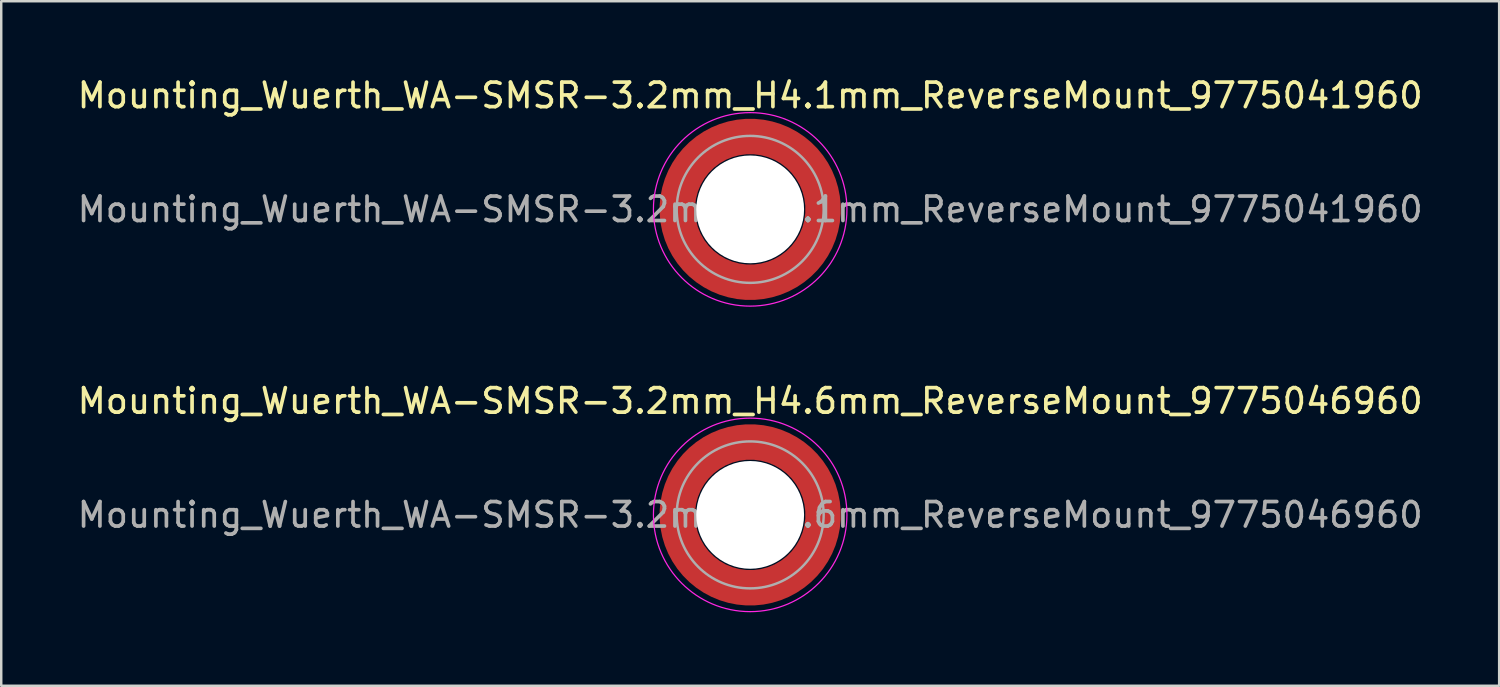
<source format=kicad_pcb>
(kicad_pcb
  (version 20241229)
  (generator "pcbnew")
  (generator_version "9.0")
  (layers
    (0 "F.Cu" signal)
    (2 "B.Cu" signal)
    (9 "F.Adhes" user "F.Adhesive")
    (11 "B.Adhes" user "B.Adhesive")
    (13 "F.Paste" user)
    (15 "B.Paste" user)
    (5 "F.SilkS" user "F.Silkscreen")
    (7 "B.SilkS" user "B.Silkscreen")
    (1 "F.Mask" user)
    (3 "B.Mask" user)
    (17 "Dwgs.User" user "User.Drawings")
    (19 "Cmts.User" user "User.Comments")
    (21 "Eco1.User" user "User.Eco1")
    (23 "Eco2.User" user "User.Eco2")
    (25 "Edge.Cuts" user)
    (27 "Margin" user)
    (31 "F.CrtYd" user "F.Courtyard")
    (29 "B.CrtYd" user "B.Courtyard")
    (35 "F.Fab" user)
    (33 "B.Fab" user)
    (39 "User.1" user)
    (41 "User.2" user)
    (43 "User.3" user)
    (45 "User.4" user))
  (footprint "Mounting_Wuerth_WA-SMSR-3.2mm_H4.1mm_ReverseMount_9775041960"
    (layer "F.Cu")
    (at 27.577 5.498)
    (property "Reference" "Mounting_Wuerth_WA-SMSR-3.2mm_H4.1mm_ReverseMount_9775041960" (at 0 -4.65 0) (layer "F.SilkS") (effects (font (size 1 1) (thickness 0.15))))
    (attr smd)
    (fp_circle (center 0 0) (end 3.95 0) (stroke (width 0.05) (type solid)) (fill no) (layer "F.CrtYd"))
    (fp_circle (center 0 0) (end 3 0) (stroke (width 0.1) (type solid)) (fill no) (layer "F.Fab"))
    (fp_text user "${REFERENCE}" (at 0 0 0) (layer "F.Fab") (effects (font (size 1 1) (thickness 0.15))))
    (pad "" smd custom (at -2.095 -2.095) (size 0.945 0.945) (layers "F.Paste") (options (anchor circle)) (primitives (gr_arc (start -0.24231 1.594804) (mid 0.404104 0.405534) (end 1.592827 -0.241886) (width 0.2)) (gr_arc (start -0.3398 1.594804) (mid 0.335987 0.338711) (end 1.591031 -0.339022) (width 0.2)) (gr_arc (start -0.437132 1.594804) (mid 0.268952 0.270807) (end 1.592231 -0.436623) (width 0.2)) (gr_arc (start -0.534324 1.594804) (mid 0.201345 0.203474) (end 1.591846 -0.53376) (width 0.2)) (gr_arc (start -0.631391 1.594804) (mid 0.134696 0.135183) (end 1.594126 -0.631267) (width 0.2)) (gr_arc (start -0.728345 1.594804) (mid 0.067234 0.067705) (end 1.594149 -0.728229) (width 0.2)) (gr_arc (start -0.825197 1.594804) (mid -0.001218 0.001219) (end 1.591408 -0.824614) (width 0.2)) (gr_arc (start -0.921958 1.594804) (mid -0.068952 -0.065985) (end 1.590665 -0.921269) (width 0.2)) (gr_arc (start -1.018637 1.594804) (mid -0.135972 -0.133907) (end 1.59192 -1.018172) (width 0.2)) (gr_arc (start -1.115239 1.594804) (mid -0.20428 -0.200537) (end 1.589574 -1.11442) (width 0.2)) (gr_arc (start -1.211773 1.594804) (mid -0.26993 -0.269828) (end 1.594662 -1.211751) (width 0.2)) (gr_arc (start -1.308244 1.594804) (mid -0.33911 -0.335587) (end 1.589875 -1.307516) (width 0.2)) (gr_arc (start -1.404657 1.594804) (mid -0.405633 -0.404004) (end 1.592524 -1.404331) (width 0.2)) (gr_arc (start -1.404657 1.594804) (mid -0.405633 -0.404004) (end 1.592524 -1.404331) (width 0.2)) (gr_line (start 1.595 -0.242) (end 1.595 -1.405) (width 0.2)) (gr_line (start -0.242 1.595) (end -1.405 1.595) (width 0.2))))
    (pad "" smd custom (at -2.095 2.095) (size 0.945 0.945) (layers "F.Paste") (options (anchor circle)) (primitives (gr_arc (start 1.594804 0.24231) (mid 0.405534 -0.404104) (end -0.241886 -1.592827) (width 0.2)) (gr_arc (start 1.594804 0.3398) (mid 0.338711 -0.335987) (end -0.339022 -1.591031) (width 0.2)) (gr_arc (start 1.594804 0.437132) (mid 0.270807 -0.268952) (end -0.436623 -1.592231) (width 0.2)) (gr_arc (start 1.594804 0.534324) (mid 0.203474 -0.201345) (end -0.53376 -1.591846) (width 0.2)) (gr_arc (start 1.594804 0.631391) (mid 0.135183 -0.134696) (end -0.631267 -1.594126) (width 0.2)) (gr_arc (start 1.594804 0.728345) (mid 0.067705 -0.067234) (end -0.728229 -1.594149) (width 0.2)) (gr_arc (start 1.594804 0.825197) (mid 0.001219 0.001218) (end -0.824614 -1.591408) (width 0.2)) (gr_arc (start 1.594804 0.921958) (mid -0.065985 0.068952) (end -0.921269 -1.590665) (width 0.2)) (gr_arc (start 1.594804 1.018637) (mid -0.133907 0.135972) (end -1.018172 -1.59192) (width 0.2)) (gr_arc (start 1.594804 1.115239) (mid -0.200537 0.20428) (end -1.11442 -1.589574) (width 0.2)) (gr_arc (start 1.594804 1.211773) (mid -0.269828 0.26993) (end -1.211751 -1.594662) (width 0.2)) (gr_arc (start 1.594804 1.308244) (mid -0.335587 0.33911) (end -1.307516 -1.589875) (width 0.2)) (gr_arc (start 1.594804 1.404657) (mid -0.404004 0.405633) (end -1.404331 -1.592524) (width 0.2)) (gr_arc (start 1.594804 1.404657) (mid -0.404004 0.405633) (end -1.404331 -1.592524) (width 0.2)) (gr_line (start -0.242 -1.595) (end -1.405 -1.595) (width 0.2)) (gr_line (start 1.595 0.242) (end 1.595 1.405) (width 0.2))))
    (pad "" np_thru_hole circle (at 0 0) (size 4.4 4.4) (drill 4.4) (layers "*.Cu" "*.Mask"))
    (pad "" smd custom (at 2.095 -2.095) (size 0.945 0.945) (layers "F.Paste") (options (anchor circle)) (primitives (gr_arc (start -1.594804 -0.24231) (mid -0.405534 0.404104) (end 0.241886 1.592827) (width 0.2)) (gr_arc (start -1.594804 -0.3398) (mid -0.338711 0.335987) (end 0.339022 1.591031) (width 0.2)) (gr_arc (start -1.594804 -0.437132) (mid -0.270807 0.268952) (end 0.436623 1.592231) (width 0.2)) (gr_arc (start -1.594804 -0.534324) (mid -0.203474 0.201345) (end 0.53376 1.591846) (width 0.2)) (gr_arc (start -1.594804 -0.631391) (mid -0.135183 0.134696) (end 0.631267 1.594126) (width 0.2)) (gr_arc (start -1.594804 -0.728345) (mid -0.067705 0.067234) (end 0.728229 1.594149) (width 0.2)) (gr_arc (start -1.594804 -0.825197) (mid -0.001219 -0.001218) (end 0.824614 1.591408) (width 0.2)) (gr_arc (start -1.594804 -0.921958) (mid 0.065985 -0.068952) (end 0.921269 1.590665) (width 0.2)) (gr_arc (start -1.594804 -1.018637) (mid 0.133907 -0.135972) (end 1.018172 1.59192) (width 0.2)) (gr_arc (start -1.594804 -1.115239) (mid 0.200537 -0.20428) (end 1.11442 1.589574) (width 0.2)) (gr_arc (start -1.594804 -1.211773) (mid 0.269828 -0.26993) (end 1.211751 1.594662) (width 0.2)) (gr_arc (start -1.594804 -1.308244) (mid 0.335587 -0.33911) (end 1.307516 1.589875) (width 0.2)) (gr_arc (start -1.594804 -1.404657) (mid 0.404004 -0.405633) (end 1.404331 1.592524) (width 0.2)) (gr_arc (start -1.594804 -1.404657) (mid 0.404004 -0.405633) (end 1.404331 1.592524) (width 0.2)) (gr_line (start 0.242 1.595) (end 1.405 1.595) (width 0.2)) (gr_line (start -1.595 -0.242) (end -1.595 -1.405) (width 0.2))))
    (pad "" smd custom (at 2.095 2.095) (size 0.945 0.945) (layers "F.Paste") (options (anchor circle)) (primitives (gr_arc (start 0.24231 -1.594804) (mid -0.404104 -0.405534) (end -1.592827 0.241886) (width 0.2)) (gr_arc (start 0.3398 -1.594804) (mid -0.335987 -0.338711) (end -1.591031 0.339022) (width 0.2)) (gr_arc (start 0.437132 -1.594804) (mid -0.268952 -0.270807) (end -1.592231 0.436623) (width 0.2)) (gr_arc (start 0.534324 -1.594804) (mid -0.201345 -0.203474) (end -1.591846 0.53376) (width 0.2)) (gr_arc (start 0.631391 -1.594804) (mid -0.134696 -0.135183) (end -1.594126 0.631267) (width 0.2)) (gr_arc (start 0.728345 -1.594804) (mid -0.067234 -0.067705) (end -1.594149 0.728229) (width 0.2)) (gr_arc (start 0.825197 -1.594804) (mid 0.001218 -0.001219) (end -1.591408 0.824614) (width 0.2)) (gr_arc (start 0.921958 -1.594804) (mid 0.068952 0.065985) (end -1.590665 0.921269) (width 0.2)) (gr_arc (start 1.018637 -1.594804) (mid 0.135972 0.133907) (end -1.59192 1.018172) (width 0.2)) (gr_arc (start 1.115239 -1.594804) (mid 0.20428 0.200537) (end -1.589574 1.11442) (width 0.2)) (gr_arc (start 1.211773 -1.594804) (mid 0.26993 0.269828) (end -1.594662 1.211751) (width 0.2)) (gr_arc (start 1.308244 -1.594804) (mid 0.33911 0.335587) (end -1.589875 1.307516) (width 0.2)) (gr_arc (start 1.404657 -1.594804) (mid 0.405633 0.404004) (end -1.592524 1.404331) (width 0.2)) (gr_arc (start 1.404657 -1.594804) (mid 0.405633 0.404004) (end -1.592524 1.404331) (width 0.2)) (gr_line (start -1.595 0.242) (end -1.595 1.405) (width 0.2)) (gr_line (start 0.242 -1.595) (end 1.405 -1.595) (width 0.2))))
    (pad "1" smd circle (at -2.975 0) (size 1.05 1.05) (layers "F.Cu"))
    (pad "1" smd circle (at 0 -2.975) (size 1.05 1.05) (layers "F.Cu"))
    (pad "1" smd circle (at 0 2.975) (size 1.05 1.05) (layers "F.Cu"))
    (pad "1" smd custom (at 2.975 0) (size 1.05 1.05) (layers "F.Cu" "F.Mask") (options (anchor circle)) (primitives (gr_circle (center -2.975 0) (end 0 0) (width 1.45) (fill no)))))
  (footprint "Mounting_Wuerth_WA-SMSR-3.2mm_H4.6mm_ReverseMount_9775046960"
    (layer "F.Cu")
    (at 27.577 17.971)
    (property "Reference" "Mounting_Wuerth_WA-SMSR-3.2mm_H4.6mm_ReverseMount_9775046960" (at 0 -4.65 0) (layer "F.SilkS") (effects (font (size 1 1) (thickness 0.15))))
    (attr smd)
    (fp_circle (center 0 0) (end 3.95 0) (stroke (width 0.05) (type solid)) (fill no) (layer "F.CrtYd"))
    (fp_circle (center 0 0) (end 3 0) (stroke (width 0.1) (type solid)) (fill no) (layer "F.Fab"))
    (fp_text user "${REFERENCE}" (at 0 0 0) (layer "F.Fab") (effects (font (size 1 1) (thickness 0.15))))
    (pad "" smd custom (at -2.095 -2.095) (size 0.945 0.945) (layers "F.Paste") (options (anchor circle)) (primitives (gr_arc (start -0.24231 1.594804) (mid 0.404104 0.405534) (end 1.592827 -0.241886) (width 0.2)) (gr_arc (start -0.3398 1.594804) (mid 0.335987 0.338711) (end 1.591031 -0.339022) (width 0.2)) (gr_arc (start -0.437132 1.594804) (mid 0.268952 0.270807) (end 1.592231 -0.436623) (width 0.2)) (gr_arc (start -0.534324 1.594804) (mid 0.201345 0.203474) (end 1.591846 -0.53376) (width 0.2)) (gr_arc (start -0.631391 1.594804) (mid 0.134696 0.135183) (end 1.594126 -0.631267) (width 0.2)) (gr_arc (start -0.728345 1.594804) (mid 0.067234 0.067705) (end 1.594149 -0.728229) (width 0.2)) (gr_arc (start -0.825197 1.594804) (mid -0.001218 0.001219) (end 1.591408 -0.824614) (width 0.2)) (gr_arc (start -0.921958 1.594804) (mid -0.068952 -0.065985) (end 1.590665 -0.921269) (width 0.2)) (gr_arc (start -1.018637 1.594804) (mid -0.135972 -0.133907) (end 1.59192 -1.018172) (width 0.2)) (gr_arc (start -1.115239 1.594804) (mid -0.20428 -0.200537) (end 1.589574 -1.11442) (width 0.2)) (gr_arc (start -1.211773 1.594804) (mid -0.26993 -0.269828) (end 1.594662 -1.211751) (width 0.2)) (gr_arc (start -1.308244 1.594804) (mid -0.33911 -0.335587) (end 1.589875 -1.307516) (width 0.2)) (gr_arc (start -1.404657 1.594804) (mid -0.405633 -0.404004) (end 1.592524 -1.404331) (width 0.2)) (gr_arc (start -1.404657 1.594804) (mid -0.405633 -0.404004) (end 1.592524 -1.404331) (width 0.2)) (gr_line (start 1.595 -0.242) (end 1.595 -1.405) (width 0.2)) (gr_line (start -0.242 1.595) (end -1.405 1.595) (width 0.2))))
    (pad "" smd custom (at -2.095 2.095) (size 0.945 0.945) (layers "F.Paste") (options (anchor circle)) (primitives (gr_arc (start 1.594804 0.24231) (mid 0.405534 -0.404104) (end -0.241886 -1.592827) (width 0.2)) (gr_arc (start 1.594804 0.3398) (mid 0.338711 -0.335987) (end -0.339022 -1.591031) (width 0.2)) (gr_arc (start 1.594804 0.437132) (mid 0.270807 -0.268952) (end -0.436623 -1.592231) (width 0.2)) (gr_arc (start 1.594804 0.534324) (mid 0.203474 -0.201345) (end -0.53376 -1.591846) (width 0.2)) (gr_arc (start 1.594804 0.631391) (mid 0.135183 -0.134696) (end -0.631267 -1.594126) (width 0.2)) (gr_arc (start 1.594804 0.728345) (mid 0.067705 -0.067234) (end -0.728229 -1.594149) (width 0.2)) (gr_arc (start 1.594804 0.825197) (mid 0.001219 0.001218) (end -0.824614 -1.591408) (width 0.2)) (gr_arc (start 1.594804 0.921958) (mid -0.065985 0.068952) (end -0.921269 -1.590665) (width 0.2)) (gr_arc (start 1.594804 1.018637) (mid -0.133907 0.135972) (end -1.018172 -1.59192) (width 0.2)) (gr_arc (start 1.594804 1.115239) (mid -0.200537 0.20428) (end -1.11442 -1.589574) (width 0.2)) (gr_arc (start 1.594804 1.211773) (mid -0.269828 0.26993) (end -1.211751 -1.594662) (width 0.2)) (gr_arc (start 1.594804 1.308244) (mid -0.335587 0.33911) (end -1.307516 -1.589875) (width 0.2)) (gr_arc (start 1.594804 1.404657) (mid -0.404004 0.405633) (end -1.404331 -1.592524) (width 0.2)) (gr_arc (start 1.594804 1.404657) (mid -0.404004 0.405633) (end -1.404331 -1.592524) (width 0.2)) (gr_line (start -0.242 -1.595) (end -1.405 -1.595) (width 0.2)) (gr_line (start 1.595 0.242) (end 1.595 1.405) (width 0.2))))
    (pad "" np_thru_hole circle (at 0 0) (size 4.4 4.4) (drill 4.4) (layers "*.Cu" "*.Mask"))
    (pad "" smd custom (at 2.095 -2.095) (size 0.945 0.945) (layers "F.Paste") (options (anchor circle)) (primitives (gr_arc (start -1.594804 -0.24231) (mid -0.405534 0.404104) (end 0.241886 1.592827) (width 0.2)) (gr_arc (start -1.594804 -0.3398) (mid -0.338711 0.335987) (end 0.339022 1.591031) (width 0.2)) (gr_arc (start -1.594804 -0.437132) (mid -0.270807 0.268952) (end 0.436623 1.592231) (width 0.2)) (gr_arc (start -1.594804 -0.534324) (mid -0.203474 0.201345) (end 0.53376 1.591846) (width 0.2)) (gr_arc (start -1.594804 -0.631391) (mid -0.135183 0.134696) (end 0.631267 1.594126) (width 0.2)) (gr_arc (start -1.594804 -0.728345) (mid -0.067705 0.067234) (end 0.728229 1.594149) (width 0.2)) (gr_arc (start -1.594804 -0.825197) (mid -0.001219 -0.001218) (end 0.824614 1.591408) (width 0.2)) (gr_arc (start -1.594804 -0.921958) (mid 0.065985 -0.068952) (end 0.921269 1.590665) (width 0.2)) (gr_arc (start -1.594804 -1.018637) (mid 0.133907 -0.135972) (end 1.018172 1.59192) (width 0.2)) (gr_arc (start -1.594804 -1.115239) (mid 0.200537 -0.20428) (end 1.11442 1.589574) (width 0.2)) (gr_arc (start -1.594804 -1.211773) (mid 0.269828 -0.26993) (end 1.211751 1.594662) (width 0.2)) (gr_arc (start -1.594804 -1.308244) (mid 0.335587 -0.33911) (end 1.307516 1.589875) (width 0.2)) (gr_arc (start -1.594804 -1.404657) (mid 0.404004 -0.405633) (end 1.404331 1.592524) (width 0.2)) (gr_arc (start -1.594804 -1.404657) (mid 0.404004 -0.405633) (end 1.404331 1.592524) (width 0.2)) (gr_line (start 0.242 1.595) (end 1.405 1.595) (width 0.2)) (gr_line (start -1.595 -0.242) (end -1.595 -1.405) (width 0.2))))
    (pad "" smd custom (at 2.095 2.095) (size 0.945 0.945) (layers "F.Paste") (options (anchor circle)) (primitives (gr_arc (start 0.24231 -1.594804) (mid -0.404104 -0.405534) (end -1.592827 0.241886) (width 0.2)) (gr_arc (start 0.3398 -1.594804) (mid -0.335987 -0.338711) (end -1.591031 0.339022) (width 0.2)) (gr_arc (start 0.437132 -1.594804) (mid -0.268952 -0.270807) (end -1.592231 0.436623) (width 0.2)) (gr_arc (start 0.534324 -1.594804) (mid -0.201345 -0.203474) (end -1.591846 0.53376) (width 0.2)) (gr_arc (start 0.631391 -1.594804) (mid -0.134696 -0.135183) (end -1.594126 0.631267) (width 0.2)) (gr_arc (start 0.728345 -1.594804) (mid -0.067234 -0.067705) (end -1.594149 0.728229) (width 0.2)) (gr_arc (start 0.825197 -1.594804) (mid 0.001218 -0.001219) (end -1.591408 0.824614) (width 0.2)) (gr_arc (start 0.921958 -1.594804) (mid 0.068952 0.065985) (end -1.590665 0.921269) (width 0.2)) (gr_arc (start 1.018637 -1.594804) (mid 0.135972 0.133907) (end -1.59192 1.018172) (width 0.2)) (gr_arc (start 1.115239 -1.594804) (mid 0.20428 0.200537) (end -1.589574 1.11442) (width 0.2)) (gr_arc (start 1.211773 -1.594804) (mid 0.26993 0.269828) (end -1.594662 1.211751) (width 0.2)) (gr_arc (start 1.308244 -1.594804) (mid 0.33911 0.335587) (end -1.589875 1.307516) (width 0.2)) (gr_arc (start 1.404657 -1.594804) (mid 0.405633 0.404004) (end -1.592524 1.404331) (width 0.2)) (gr_arc (start 1.404657 -1.594804) (mid 0.405633 0.404004) (end -1.592524 1.404331) (width 0.2)) (gr_line (start -1.595 0.242) (end -1.595 1.405) (width 0.2)) (gr_line (start 0.242 -1.595) (end 1.405 -1.595) (width 0.2))))
    (pad "1" smd circle (at -2.975 0) (size 1.05 1.05) (layers "F.Cu"))
    (pad "1" smd circle (at 0 -2.975) (size 1.05 1.05) (layers "F.Cu"))
    (pad "1" smd circle (at 0 2.975) (size 1.05 1.05) (layers "F.Cu"))
    (pad "1" smd custom (at 2.975 0) (size 1.05 1.05) (layers "F.Cu" "F.Mask") (options (anchor circle)) (primitives (gr_circle (center -2.975 0) (end 0 0) (width 1.45) (fill no)))))
  (gr_rect
    (start -3 -3)
    (end 58.155 24.947)
    (stroke (width 0.1) (type default))
    (fill no)
    (layer "Edge.Cuts")))
</source>
